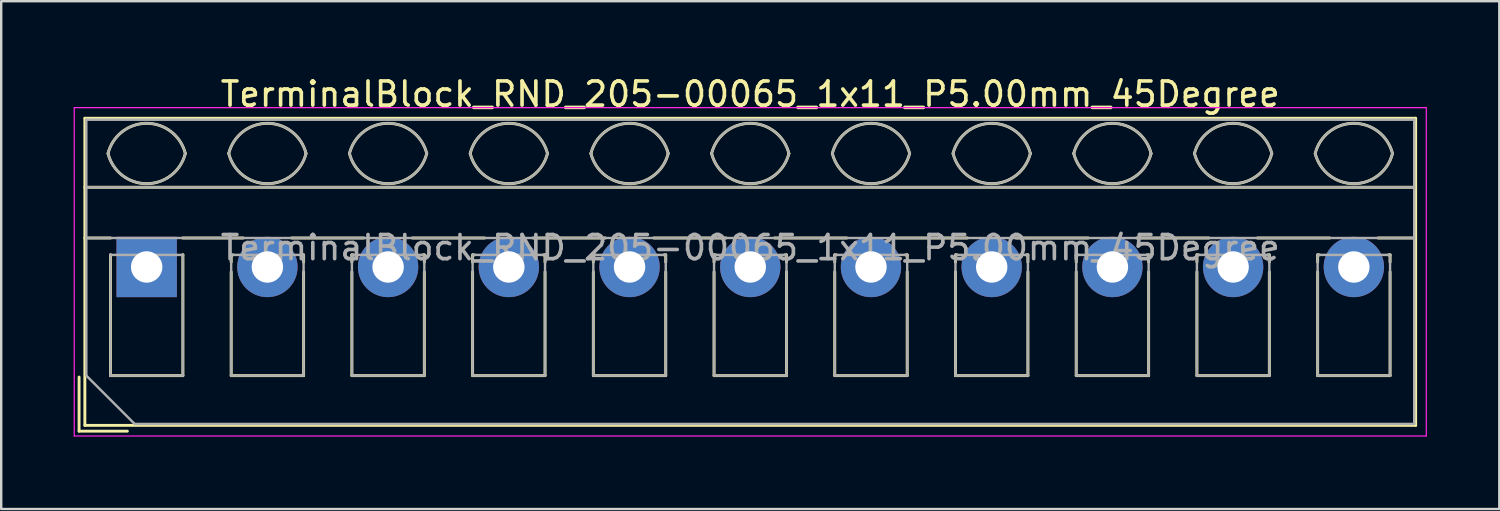
<source format=kicad_pcb>
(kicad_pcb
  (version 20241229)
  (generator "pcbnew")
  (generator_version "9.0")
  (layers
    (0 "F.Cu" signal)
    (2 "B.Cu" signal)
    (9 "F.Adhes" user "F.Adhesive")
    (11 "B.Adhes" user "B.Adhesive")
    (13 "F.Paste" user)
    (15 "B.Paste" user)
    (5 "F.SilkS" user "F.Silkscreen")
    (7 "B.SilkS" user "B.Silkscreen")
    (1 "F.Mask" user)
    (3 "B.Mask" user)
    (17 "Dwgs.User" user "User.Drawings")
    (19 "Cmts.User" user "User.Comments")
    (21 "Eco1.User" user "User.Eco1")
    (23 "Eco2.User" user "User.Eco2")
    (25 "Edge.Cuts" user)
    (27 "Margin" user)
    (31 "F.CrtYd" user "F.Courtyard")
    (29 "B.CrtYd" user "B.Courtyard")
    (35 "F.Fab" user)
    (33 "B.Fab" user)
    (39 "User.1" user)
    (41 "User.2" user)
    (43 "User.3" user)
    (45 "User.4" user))
  (footprint "TerminalBlock_RND_205-00065_1x11_P5.00mm_45Degree"
    (layer "F.Cu")
    (at 3.025 8.008)
    (property "Reference" "TerminalBlock_RND_205-00065_1x11_P5.00mm_45Degree" (at 25 -7.16 0) (layer "F.SilkS") (effects (font (size 1 1) (thickness 0.15))))
    (attr through_hole)
    (fp_line (start -2.8 4.56) (end -2.8 6.8) (stroke (width 0.12) (type solid)) (layer "F.SilkS"))
    (fp_line (start -2.8 6.8) (end -0.8 6.8) (stroke (width 0.12) (type solid)) (layer "F.SilkS"))
    (fp_line (start -2.56 -6.16) (end -2.56 6.56) (stroke (width 0.12) (type solid)) (layer "F.SilkS"))
    (fp_line (start -2.56 -6.16) (end 52.56 -6.16) (stroke (width 0.12) (type solid)) (layer "F.SilkS"))
    (fp_line (start -2.56 -3.301) (end 52.56 -3.301) (stroke (width 0.12) (type solid)) (layer "F.SilkS"))
    (fp_line (start -2.56 -1.201) (end -1.49 -1.201) (stroke (width 0.12) (type solid)) (layer "F.SilkS"))
    (fp_line (start -2.56 6.56) (end 52.56 6.56) (stroke (width 0.12) (type solid)) (layer "F.SilkS"))
    (fp_line (start -1.5 -0.5) (end -1.5 4.5) (stroke (width 0.12) (type solid)) (layer "F.SilkS"))
    (fp_line (start -1.5 -0.5) (end -1.49 -0.5) (stroke (width 0.12) (type solid)) (layer "F.SilkS"))
    (fp_line (start -1.5 4.5) (end 1.5 4.5) (stroke (width 0.12) (type solid)) (layer "F.SilkS"))
    (fp_line (start 1.49 -1.201) (end 4 -1.201) (stroke (width 0.12) (type solid)) (layer "F.SilkS"))
    (fp_line (start 1.49 -0.5) (end 1.5 -0.5) (stroke (width 0.12) (type solid)) (layer "F.SilkS"))
    (fp_line (start 1.5 -0.5) (end 1.5 4.5) (stroke (width 0.12) (type solid)) (layer "F.SilkS"))
    (fp_line (start 3.5 -0.5) (end 3.5 -0.202) (stroke (width 0.12) (type solid)) (layer "F.SilkS"))
    (fp_line (start 3.5 -0.5) (end 3.57 -0.5) (stroke (width 0.12) (type solid)) (layer "F.SilkS"))
    (fp_line (start 3.5 0.202) (end 3.5 4.5) (stroke (width 0.12) (type solid)) (layer "F.SilkS"))
    (fp_line (start 3.5 4.5) (end 6.5 4.5) (stroke (width 0.12) (type solid)) (layer "F.SilkS"))
    (fp_line (start 6.001 -1.201) (end 9 -1.201) (stroke (width 0.12) (type solid)) (layer "F.SilkS"))
    (fp_line (start 6.431 -0.5) (end 6.5 -0.5) (stroke (width 0.12) (type solid)) (layer "F.SilkS"))
    (fp_line (start 6.5 -0.5) (end 6.5 -0.202) (stroke (width 0.12) (type solid)) (layer "F.SilkS"))
    (fp_line (start 6.5 0.202) (end 6.5 4.5) (stroke (width 0.12) (type solid)) (layer "F.SilkS"))
    (fp_line (start 8.5 -0.5) (end 8.5 -0.202) (stroke (width 0.12) (type solid)) (layer "F.SilkS"))
    (fp_line (start 8.5 -0.5) (end 8.57 -0.5) (stroke (width 0.12) (type solid)) (layer "F.SilkS"))
    (fp_line (start 8.5 0.202) (end 8.5 4.5) (stroke (width 0.12) (type solid)) (layer "F.SilkS"))
    (fp_line (start 8.5 4.5) (end 11.5 4.5) (stroke (width 0.12) (type solid)) (layer "F.SilkS"))
    (fp_line (start 11.001 -1.201) (end 14 -1.201) (stroke (width 0.12) (type solid)) (layer "F.SilkS"))
    (fp_line (start 11.431 -0.5) (end 11.5 -0.5) (stroke (width 0.12) (type solid)) (layer "F.SilkS"))
    (fp_line (start 11.5 -0.5) (end 11.5 -0.202) (stroke (width 0.12) (type solid)) (layer "F.SilkS"))
    (fp_line (start 11.5 0.202) (end 11.5 4.5) (stroke (width 0.12) (type solid)) (layer "F.SilkS"))
    (fp_line (start 13.5 -0.5) (end 13.5 -0.202) (stroke (width 0.12) (type solid)) (layer "F.SilkS"))
    (fp_line (start 13.5 -0.5) (end 13.57 -0.5) (stroke (width 0.12) (type solid)) (layer "F.SilkS"))
    (fp_line (start 13.5 0.202) (end 13.5 4.5) (stroke (width 0.12) (type solid)) (layer "F.SilkS"))
    (fp_line (start 13.5 4.5) (end 16.5 4.5) (stroke (width 0.12) (type solid)) (layer "F.SilkS"))
    (fp_line (start 16.001 -1.201) (end 19 -1.201) (stroke (width 0.12) (type solid)) (layer "F.SilkS"))
    (fp_line (start 16.431 -0.5) (end 16.5 -0.5) (stroke (width 0.12) (type solid)) (layer "F.SilkS"))
    (fp_line (start 16.5 -0.5) (end 16.5 -0.202) (stroke (width 0.12) (type solid)) (layer "F.SilkS"))
    (fp_line (start 16.5 0.202) (end 16.5 4.5) (stroke (width 0.12) (type solid)) (layer "F.SilkS"))
    (fp_line (start 18.5 -0.5) (end 18.5 -0.202) (stroke (width 0.12) (type solid)) (layer "F.SilkS"))
    (fp_line (start 18.5 -0.5) (end 18.57 -0.5) (stroke (width 0.12) (type solid)) (layer "F.SilkS"))
    (fp_line (start 18.5 0.202) (end 18.5 4.5) (stroke (width 0.12) (type solid)) (layer "F.SilkS"))
    (fp_line (start 18.5 4.5) (end 21.5 4.5) (stroke (width 0.12) (type solid)) (layer "F.SilkS"))
    (fp_line (start 21.001 -1.201) (end 24 -1.201) (stroke (width 0.12) (type solid)) (layer "F.SilkS"))
    (fp_line (start 21.431 -0.5) (end 21.5 -0.5) (stroke (width 0.12) (type solid)) (layer "F.SilkS"))
    (fp_line (start 21.5 -0.5) (end 21.5 -0.202) (stroke (width 0.12) (type solid)) (layer "F.SilkS"))
    (fp_line (start 21.5 0.202) (end 21.5 4.5) (stroke (width 0.12) (type solid)) (layer "F.SilkS"))
    (fp_line (start 23.5 -0.5) (end 23.5 -0.202) (stroke (width 0.12) (type solid)) (layer "F.SilkS"))
    (fp_line (start 23.5 -0.5) (end 23.57 -0.5) (stroke (width 0.12) (type solid)) (layer "F.SilkS"))
    (fp_line (start 23.5 0.202) (end 23.5 4.5) (stroke (width 0.12) (type solid)) (layer "F.SilkS"))
    (fp_line (start 23.5 4.5) (end 26.5 4.5) (stroke (width 0.12) (type solid)) (layer "F.SilkS"))
    (fp_line (start 26.001 -1.201) (end 29 -1.201) (stroke (width 0.12) (type solid)) (layer "F.SilkS"))
    (fp_line (start 26.431 -0.5) (end 26.5 -0.5) (stroke (width 0.12) (type solid)) (layer "F.SilkS"))
    (fp_line (start 26.5 -0.5) (end 26.5 -0.202) (stroke (width 0.12) (type solid)) (layer "F.SilkS"))
    (fp_line (start 26.5 0.202) (end 26.5 4.5) (stroke (width 0.12) (type solid)) (layer "F.SilkS"))
    (fp_line (start 28.5 -0.5) (end 28.5 -0.202) (stroke (width 0.12) (type solid)) (layer "F.SilkS"))
    (fp_line (start 28.5 -0.5) (end 28.57 -0.5) (stroke (width 0.12) (type solid)) (layer "F.SilkS"))
    (fp_line (start 28.5 0.202) (end 28.5 4.5) (stroke (width 0.12) (type solid)) (layer "F.SilkS"))
    (fp_line (start 28.5 4.5) (end 31.5 4.5) (stroke (width 0.12) (type solid)) (layer "F.SilkS"))
    (fp_line (start 31.001 -1.201) (end 34 -1.201) (stroke (width 0.12) (type solid)) (layer "F.SilkS"))
    (fp_line (start 31.431 -0.5) (end 31.5 -0.5) (stroke (width 0.12) (type solid)) (layer "F.SilkS"))
    (fp_line (start 31.5 -0.5) (end 31.5 -0.202) (stroke (width 0.12) (type solid)) (layer "F.SilkS"))
    (fp_line (start 31.5 0.202) (end 31.5 4.5) (stroke (width 0.12) (type solid)) (layer "F.SilkS"))
    (fp_line (start 33.5 -0.5) (end 33.5 -0.202) (stroke (width 0.12) (type solid)) (layer "F.SilkS"))
    (fp_line (start 33.5 -0.5) (end 33.57 -0.5) (stroke (width 0.12) (type solid)) (layer "F.SilkS"))
    (fp_line (start 33.5 0.202) (end 33.5 4.5) (stroke (width 0.12) (type solid)) (layer "F.SilkS"))
    (fp_line (start 33.5 4.5) (end 36.5 4.5) (stroke (width 0.12) (type solid)) (layer "F.SilkS"))
    (fp_line (start 36.001 -1.201) (end 39 -1.201) (stroke (width 0.12) (type solid)) (layer "F.SilkS"))
    (fp_line (start 36.431 -0.5) (end 36.5 -0.5) (stroke (width 0.12) (type solid)) (layer "F.SilkS"))
    (fp_line (start 36.5 -0.5) (end 36.5 -0.202) (stroke (width 0.12) (type solid)) (layer "F.SilkS"))
    (fp_line (start 36.5 0.202) (end 36.5 4.5) (stroke (width 0.12) (type solid)) (layer "F.SilkS"))
    (fp_line (start 38.5 -0.5) (end 38.5 -0.202) (stroke (width 0.12) (type solid)) (layer "F.SilkS"))
    (fp_line (start 38.5 -0.5) (end 38.57 -0.5) (stroke (width 0.12) (type solid)) (layer "F.SilkS"))
    (fp_line (start 38.5 0.202) (end 38.5 4.5) (stroke (width 0.12) (type solid)) (layer "F.SilkS"))
    (fp_line (start 38.5 4.5) (end 41.5 4.5) (stroke (width 0.12) (type solid)) (layer "F.SilkS"))
    (fp_line (start 41.001 -1.201) (end 44 -1.201) (stroke (width 0.12) (type solid)) (layer "F.SilkS"))
    (fp_line (start 41.431 -0.5) (end 41.5 -0.5) (stroke (width 0.12) (type solid)) (layer "F.SilkS"))
    (fp_line (start 41.5 -0.5) (end 41.5 -0.202) (stroke (width 0.12) (type solid)) (layer "F.SilkS"))
    (fp_line (start 41.5 0.202) (end 41.5 4.5) (stroke (width 0.12) (type solid)) (layer "F.SilkS"))
    (fp_line (start 43.5 -0.5) (end 43.5 -0.202) (stroke (width 0.12) (type solid)) (layer "F.SilkS"))
    (fp_line (start 43.5 -0.5) (end 43.57 -0.5) (stroke (width 0.12) (type solid)) (layer "F.SilkS"))
    (fp_line (start 43.5 0.202) (end 43.5 4.5) (stroke (width 0.12) (type solid)) (layer "F.SilkS"))
    (fp_line (start 43.5 4.5) (end 46.5 4.5) (stroke (width 0.12) (type solid)) (layer "F.SilkS"))
    (fp_line (start 46.001 -1.201) (end 49 -1.201) (stroke (width 0.12) (type solid)) (layer "F.SilkS"))
    (fp_line (start 46.431 -0.5) (end 46.5 -0.5) (stroke (width 0.12) (type solid)) (layer "F.SilkS"))
    (fp_line (start 46.5 -0.5) (end 46.5 -0.202) (stroke (width 0.12) (type solid)) (layer "F.SilkS"))
    (fp_line (start 46.5 0.202) (end 46.5 4.5) (stroke (width 0.12) (type solid)) (layer "F.SilkS"))
    (fp_line (start 48.5 -0.5) (end 48.5 -0.202) (stroke (width 0.12) (type solid)) (layer "F.SilkS"))
    (fp_line (start 48.5 -0.5) (end 48.57 -0.5) (stroke (width 0.12) (type solid)) (layer "F.SilkS"))
    (fp_line (start 48.5 0.202) (end 48.5 4.5) (stroke (width 0.12) (type solid)) (layer "F.SilkS"))
    (fp_line (start 48.5 4.5) (end 51.5 4.5) (stroke (width 0.12) (type solid)) (layer "F.SilkS"))
    (fp_line (start 51.001 -1.201) (end 52.56 -1.201) (stroke (width 0.12) (type solid)) (layer "F.SilkS"))
    (fp_line (start 51.431 -0.5) (end 51.5 -0.5) (stroke (width 0.12) (type solid)) (layer "F.SilkS"))
    (fp_line (start 51.5 -0.5) (end 51.5 -0.202) (stroke (width 0.12) (type solid)) (layer "F.SilkS"))
    (fp_line (start 51.5 0.202) (end 51.5 4.5) (stroke (width 0.12) (type solid)) (layer "F.SilkS"))
    (fp_line (start 52.56 -6.16) (end 52.56 6.56) (stroke (width 0.12) (type solid)) (layer "F.SilkS"))
    (fp_arc (start -1.600914 -4.700344) (mid 0.000177 -5.95097) (end 1.601 -4.7) (stroke (width 0.12) (type solid)) (layer "F.SilkS"))
    (fp_arc (start 1.6 -4.7) (mid -0.000064 -3.45) (end -1.600031 -4.700125) (stroke (width 0.12) (type solid)) (layer "F.SilkS"))
    (fp_arc (start 3.399086 -4.700344) (mid 5.000177 -5.95097) (end 6.601 -4.7) (stroke (width 0.12) (type solid)) (layer "F.SilkS"))
    (fp_arc (start 6.6 -4.7) (mid 4.999936 -3.45) (end 3.399969 -4.700125) (stroke (width 0.12) (type solid)) (layer "F.SilkS"))
    (fp_arc (start 8.399086 -4.700344) (mid 10.000177 -5.95097) (end 11.601 -4.7) (stroke (width 0.12) (type solid)) (layer "F.SilkS"))
    (fp_arc (start 11.6 -4.7) (mid 9.999936 -3.45) (end 8.399969 -4.700125) (stroke (width 0.12) (type solid)) (layer "F.SilkS"))
    (fp_arc (start 13.399086 -4.700344) (mid 15.000177 -5.95097) (end 16.601 -4.7) (stroke (width 0.12) (type solid)) (layer "F.SilkS"))
    (fp_arc (start 16.6 -4.7) (mid 14.999936 -3.45) (end 13.399969 -4.700125) (stroke (width 0.12) (type solid)) (layer "F.SilkS"))
    (fp_arc (start 18.399086 -4.700344) (mid 20.000177 -5.95097) (end 21.601 -4.7) (stroke (width 0.12) (type solid)) (layer "F.SilkS"))
    (fp_arc (start 21.6 -4.7) (mid 19.999936 -3.45) (end 18.399969 -4.700125) (stroke (width 0.12) (type solid)) (layer "F.SilkS"))
    (fp_arc (start 23.399086 -4.700344) (mid 25.000177 -5.95097) (end 26.601 -4.7) (stroke (width 0.12) (type solid)) (layer "F.SilkS"))
    (fp_arc (start 26.6 -4.7) (mid 24.999936 -3.45) (end 23.399969 -4.700125) (stroke (width 0.12) (type solid)) (layer "F.SilkS"))
    (fp_arc (start 28.399086 -4.700344) (mid 30.000177 -5.95097) (end 31.601 -4.7) (stroke (width 0.12) (type solid)) (layer "F.SilkS"))
    (fp_arc (start 31.6 -4.7) (mid 29.999936 -3.45) (end 28.399969 -4.700125) (stroke (width 0.12) (type solid)) (layer "F.SilkS"))
    (fp_arc (start 33.399086 -4.700344) (mid 35.000177 -5.95097) (end 36.601 -4.7) (stroke (width 0.12) (type solid)) (layer "F.SilkS"))
    (fp_arc (start 36.6 -4.7) (mid 34.999936 -3.45) (end 33.399969 -4.700125) (stroke (width 0.12) (type solid)) (layer "F.SilkS"))
    (fp_arc (start 38.399086 -4.700344) (mid 40.000177 -5.95097) (end 41.601 -4.7) (stroke (width 0.12) (type solid)) (layer "F.SilkS"))
    (fp_arc (start 41.6 -4.7) (mid 39.999936 -3.45) (end 38.399969 -4.700125) (stroke (width 0.12) (type solid)) (layer "F.SilkS"))
    (fp_arc (start 43.399086 -4.700344) (mid 45.000177 -5.95097) (end 46.601 -4.7) (stroke (width 0.12) (type solid)) (layer "F.SilkS"))
    (fp_arc (start 46.6 -4.7) (mid 44.999936 -3.45) (end 43.399969 -4.700125) (stroke (width 0.12) (type solid)) (layer "F.SilkS"))
    (fp_arc (start 48.399086 -4.700344) (mid 50.000177 -5.95097) (end 51.601 -4.7) (stroke (width 0.12) (type solid)) (layer "F.SilkS"))
    (fp_arc (start 51.6 -4.7) (mid 49.999936 -3.45) (end 48.399969 -4.700125) (stroke (width 0.12) (type solid)) (layer "F.SilkS"))
    (fp_line (start -3 -6.6) (end -3 7) (stroke (width 0.05) (type solid)) (layer "F.CrtYd"))
    (fp_line (start -3 7) (end 53 7) (stroke (width 0.05) (type solid)) (layer "F.CrtYd"))
    (fp_line (start 53 -6.6) (end -3 -6.6) (stroke (width 0.05) (type solid)) (layer "F.CrtYd"))
    (fp_line (start 53 7) (end 53 -6.6) (stroke (width 0.05) (type solid)) (layer "F.CrtYd"))
    (fp_line (start -2.5 -6.1) (end 52.5 -6.1) (stroke (width 0.1) (type solid)) (layer "F.Fab"))
    (fp_line (start -2.5 -3.3) (end 52.5 -3.3) (stroke (width 0.1) (type solid)) (layer "F.Fab"))
    (fp_line (start -2.5 -1.2) (end 52.5 -1.2) (stroke (width 0.1) (type solid)) (layer "F.Fab"))
    (fp_line (start -2.5 4.5) (end -2.5 -6.1) (stroke (width 0.1) (type solid)) (layer "F.Fab"))
    (fp_line (start -1.5 -0.5) (end -1.5 4.5) (stroke (width 0.1) (type solid)) (layer "F.Fab"))
    (fp_line (start -1.5 4.5) (end 1.5 4.5) (stroke (width 0.1) (type solid)) (layer "F.Fab"))
    (fp_line (start -0.5 6.5) (end -2.5 4.5) (stroke (width 0.1) (type solid)) (layer "F.Fab"))
    (fp_line (start 1.5 -0.5) (end -1.5 -0.5) (stroke (width 0.1) (type solid)) (layer "F.Fab"))
    (fp_line (start 1.5 4.5) (end 1.5 -0.5) (stroke (width 0.1) (type solid)) (layer "F.Fab"))
    (fp_line (start 3.5 -0.5) (end 3.5 4.5) (stroke (width 0.1) (type solid)) (layer "F.Fab"))
    (fp_line (start 3.5 4.5) (end 6.5 4.5) (stroke (width 0.1) (type solid)) (layer "F.Fab"))
    (fp_line (start 6.5 -0.5) (end 3.5 -0.5) (stroke (width 0.1) (type solid)) (layer "F.Fab"))
    (fp_line (start 6.5 4.5) (end 6.5 -0.5) (stroke (width 0.1) (type solid)) (layer "F.Fab"))
    (fp_line (start 8.5 -0.5) (end 8.5 4.5) (stroke (width 0.1) (type solid)) (layer "F.Fab"))
    (fp_line (start 8.5 4.5) (end 11.5 4.5) (stroke (width 0.1) (type solid)) (layer "F.Fab"))
    (fp_line (start 11.5 -0.5) (end 8.5 -0.5) (stroke (width 0.1) (type solid)) (layer "F.Fab"))
    (fp_line (start 11.5 4.5) (end 11.5 -0.5) (stroke (width 0.1) (type solid)) (layer "F.Fab"))
    (fp_line (start 13.5 -0.5) (end 13.5 4.5) (stroke (width 0.1) (type solid)) (layer "F.Fab"))
    (fp_line (start 13.5 4.5) (end 16.5 4.5) (stroke (width 0.1) (type solid)) (layer "F.Fab"))
    (fp_line (start 16.5 -0.5) (end 13.5 -0.5) (stroke (width 0.1) (type solid)) (layer "F.Fab"))
    (fp_line (start 16.5 4.5) (end 16.5 -0.5) (stroke (width 0.1) (type solid)) (layer "F.Fab"))
    (fp_line (start 18.5 -0.5) (end 18.5 4.5) (stroke (width 0.1) (type solid)) (layer "F.Fab"))
    (fp_line (start 18.5 4.5) (end 21.5 4.5) (stroke (width 0.1) (type solid)) (layer "F.Fab"))
    (fp_line (start 21.5 -0.5) (end 18.5 -0.5) (stroke (width 0.1) (type solid)) (layer "F.Fab"))
    (fp_line (start 21.5 4.5) (end 21.5 -0.5) (stroke (width 0.1) (type solid)) (layer "F.Fab"))
    (fp_line (start 23.5 -0.5) (end 23.5 4.5) (stroke (width 0.1) (type solid)) (layer "F.Fab"))
    (fp_line (start 23.5 4.5) (end 26.5 4.5) (stroke (width 0.1) (type solid)) (layer "F.Fab"))
    (fp_line (start 26.5 -0.5) (end 23.5 -0.5) (stroke (width 0.1) (type solid)) (layer "F.Fab"))
    (fp_line (start 26.5 4.5) (end 26.5 -0.5) (stroke (width 0.1) (type solid)) (layer "F.Fab"))
    (fp_line (start 28.5 -0.5) (end 28.5 4.5) (stroke (width 0.1) (type solid)) (layer "F.Fab"))
    (fp_line (start 28.5 4.5) (end 31.5 4.5) (stroke (width 0.1) (type solid)) (layer "F.Fab"))
    (fp_line (start 31.5 -0.5) (end 28.5 -0.5) (stroke (width 0.1) (type solid)) (layer "F.Fab"))
    (fp_line (start 31.5 4.5) (end 31.5 -0.5) (stroke (width 0.1) (type solid)) (layer "F.Fab"))
    (fp_line (start 33.5 -0.5) (end 33.5 4.5) (stroke (width 0.1) (type solid)) (layer "F.Fab"))
    (fp_line (start 33.5 4.5) (end 36.5 4.5) (stroke (width 0.1) (type solid)) (layer "F.Fab"))
    (fp_line (start 36.5 -0.5) (end 33.5 -0.5) (stroke (width 0.1) (type solid)) (layer "F.Fab"))
    (fp_line (start 36.5 4.5) (end 36.5 -0.5) (stroke (width 0.1) (type solid)) (layer "F.Fab"))
    (fp_line (start 38.5 -0.5) (end 38.5 4.5) (stroke (width 0.1) (type solid)) (layer "F.Fab"))
    (fp_line (start 38.5 4.5) (end 41.5 4.5) (stroke (width 0.1) (type solid)) (layer "F.Fab"))
    (fp_line (start 41.5 -0.5) (end 38.5 -0.5) (stroke (width 0.1) (type solid)) (layer "F.Fab"))
    (fp_line (start 41.5 4.5) (end 41.5 -0.5) (stroke (width 0.1) (type solid)) (layer "F.Fab"))
    (fp_line (start 43.5 -0.5) (end 43.5 4.5) (stroke (width 0.1) (type solid)) (layer "F.Fab"))
    (fp_line (start 43.5 4.5) (end 46.5 4.5) (stroke (width 0.1) (type solid)) (layer "F.Fab"))
    (fp_line (start 46.5 -0.5) (end 43.5 -0.5) (stroke (width 0.1) (type solid)) (layer "F.Fab"))
    (fp_line (start 46.5 4.5) (end 46.5 -0.5) (stroke (width 0.1) (type solid)) (layer "F.Fab"))
    (fp_line (start 48.5 -0.5) (end 48.5 4.5) (stroke (width 0.1) (type solid)) (layer "F.Fab"))
    (fp_line (start 48.5 4.5) (end 51.5 4.5) (stroke (width 0.1) (type solid)) (layer "F.Fab"))
    (fp_line (start 51.5 -0.5) (end 48.5 -0.5) (stroke (width 0.1) (type solid)) (layer "F.Fab"))
    (fp_line (start 51.5 4.5) (end 51.5 -0.5) (stroke (width 0.1) (type solid)) (layer "F.Fab"))
    (fp_line (start 52.5 -6.1) (end 52.5 6.5) (stroke (width 0.1) (type solid)) (layer "F.Fab"))
    (fp_line (start 52.5 6.5) (end -0.5 6.5) (stroke (width 0.1) (type solid)) (layer "F.Fab"))
    (fp_arc (start -1.600914 -4.700344) (mid 0.000177 -5.95097) (end 1.601 -4.7) (stroke (width 0.1) (type solid)) (layer "F.Fab"))
    (fp_arc (start 1.6 -4.7) (mid -0.000064 -3.45) (end -1.600031 -4.700125) (stroke (width 0.1) (type solid)) (layer "F.Fab"))
    (fp_arc (start 3.399086 -4.700344) (mid 5.000177 -5.95097) (end 6.601 -4.7) (stroke (width 0.1) (type solid)) (layer "F.Fab"))
    (fp_arc (start 6.6 -4.7) (mid 4.999936 -3.45) (end 3.399969 -4.700125) (stroke (width 0.1) (type solid)) (layer "F.Fab"))
    (fp_arc (start 8.399086 -4.700344) (mid 10.000177 -5.95097) (end 11.601 -4.7) (stroke (width 0.1) (type solid)) (layer "F.Fab"))
    (fp_arc (start 11.6 -4.7) (mid 9.999936 -3.45) (end 8.399969 -4.700125) (stroke (width 0.1) (type solid)) (layer "F.Fab"))
    (fp_arc (start 13.399086 -4.700344) (mid 15.000177 -5.95097) (end 16.601 -4.7) (stroke (width 0.1) (type solid)) (layer "F.Fab"))
    (fp_arc (start 16.6 -4.7) (mid 14.999936 -3.45) (end 13.399969 -4.700125) (stroke (width 0.1) (type solid)) (layer "F.Fab"))
    (fp_arc (start 18.399086 -4.700344) (mid 20.000177 -5.95097) (end 21.601 -4.7) (stroke (width 0.1) (type solid)) (layer "F.Fab"))
    (fp_arc (start 21.6 -4.7) (mid 19.999936 -3.45) (end 18.399969 -4.700125) (stroke (width 0.1) (type solid)) (layer "F.Fab"))
    (fp_arc (start 23.399086 -4.700344) (mid 25.000177 -5.95097) (end 26.601 -4.7) (stroke (width 0.1) (type solid)) (layer "F.Fab"))
    (fp_arc (start 26.6 -4.7) (mid 24.999936 -3.45) (end 23.399969 -4.700125) (stroke (width 0.1) (type solid)) (layer "F.Fab"))
    (fp_arc (start 28.399086 -4.700344) (mid 30.000177 -5.95097) (end 31.601 -4.7) (stroke (width 0.1) (type solid)) (layer "F.Fab"))
    (fp_arc (start 31.6 -4.7) (mid 29.999936 -3.45) (end 28.399969 -4.700125) (stroke (width 0.1) (type solid)) (layer "F.Fab"))
    (fp_arc (start 33.399086 -4.700344) (mid 35.000177 -5.95097) (end 36.601 -4.7) (stroke (width 0.1) (type solid)) (layer "F.Fab"))
    (fp_arc (start 36.6 -4.7) (mid 34.999936 -3.45) (end 33.399969 -4.700125) (stroke (width 0.1) (type solid)) (layer "F.Fab"))
    (fp_arc (start 38.399086 -4.700344) (mid 40.000177 -5.95097) (end 41.601 -4.7) (stroke (width 0.1) (type solid)) (layer "F.Fab"))
    (fp_arc (start 41.6 -4.7) (mid 39.999936 -3.45) (end 38.399969 -4.700125) (stroke (width 0.1) (type solid)) (layer "F.Fab"))
    (fp_arc (start 43.399086 -4.700344) (mid 45.000177 -5.95097) (end 46.601 -4.7) (stroke (width 0.1) (type solid)) (layer "F.Fab"))
    (fp_arc (start 46.6 -4.7) (mid 44.999936 -3.45) (end 43.399969 -4.700125) (stroke (width 0.1) (type solid)) (layer "F.Fab"))
    (fp_arc (start 48.399086 -4.700344) (mid 50.000177 -5.95097) (end 51.601 -4.7) (stroke (width 0.1) (type solid)) (layer "F.Fab"))
    (fp_arc (start 51.6 -4.7) (mid 49.999936 -3.45) (end 48.399969 -4.700125) (stroke (width 0.1) (type solid)) (layer "F.Fab"))
    (fp_text user "${REFERENCE}" (at 25 -0.8 0) (layer "F.Fab") (effects (font (size 1 1) (thickness 0.15))))
    (pad "1" thru_hole rect (at 0 0) (size 2.5 2.5) (drill 1.3) (layers "*.Cu" "*.Mask"))
    (pad "2" thru_hole circle (at 5 0) (size 2.5 2.5) (drill 1.3) (layers "*.Cu" "*.Mask"))
    (pad "3" thru_hole circle (at 10 0) (size 2.5 2.5) (drill 1.3) (layers "*.Cu" "*.Mask"))
    (pad "4" thru_hole circle (at 15 0) (size 2.5 2.5) (drill 1.3) (layers "*.Cu" "*.Mask"))
    (pad "5" thru_hole circle (at 20 0) (size 2.5 2.5) (drill 1.3) (layers "*.Cu" "*.Mask"))
    (pad "6" thru_hole circle (at 25 0) (size 2.5 2.5) (drill 1.3) (layers "*.Cu" "*.Mask"))
    (pad "7" thru_hole circle (at 30 0) (size 2.5 2.5) (drill 1.3) (layers "*.Cu" "*.Mask"))
    (pad "8" thru_hole circle (at 35 0) (size 2.5 2.5) (drill 1.3) (layers "*.Cu" "*.Mask"))
    (pad "9" thru_hole circle (at 40 0) (size 2.5 2.5) (drill 1.3) (layers "*.Cu" "*.Mask"))
    (pad "10" thru_hole circle (at 45 0) (size 2.5 2.5) (drill 1.3) (layers "*.Cu" "*.Mask"))
    (pad "11" thru_hole circle (at 50 0) (size 2.5 2.5) (drill 1.3) (layers "*.Cu" "*.Mask")))
  (gr_rect
    (start -3 -3)
    (end 59.05 18.033)
    (stroke (width 0.1) (type default))
    (fill no)
    (layer "Edge.Cuts")))
</source>
